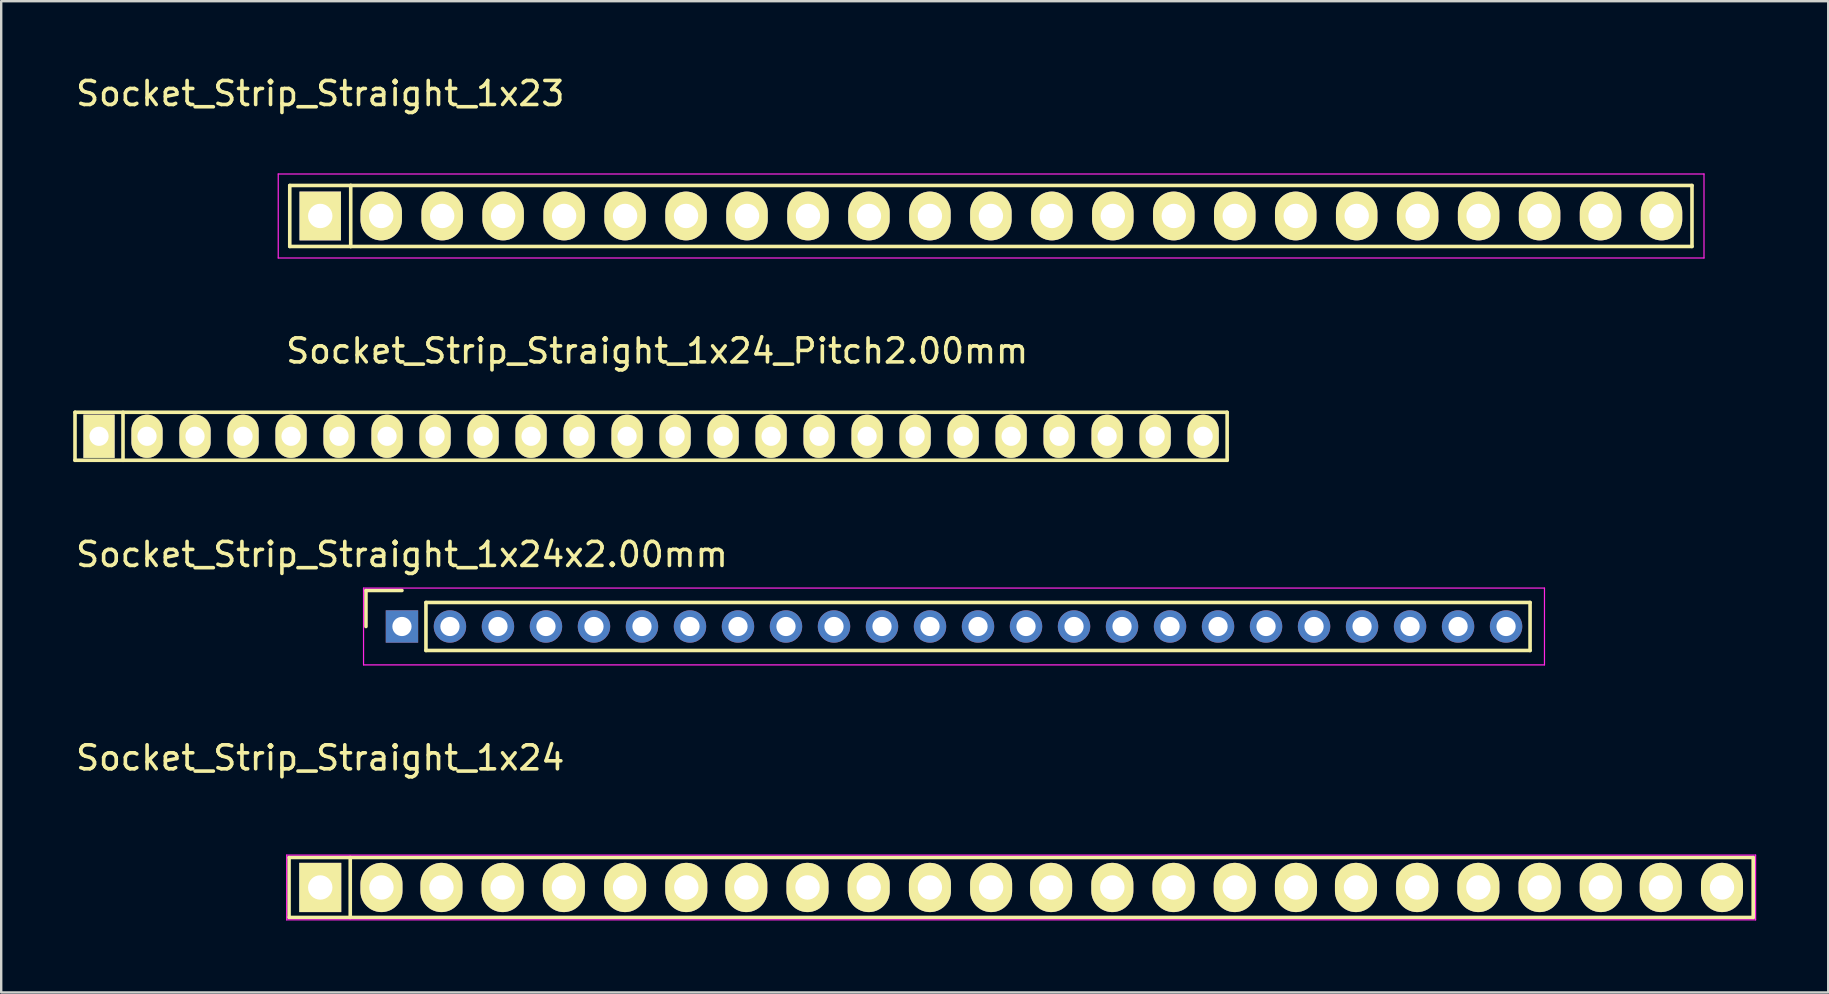
<source format=kicad_pcb>
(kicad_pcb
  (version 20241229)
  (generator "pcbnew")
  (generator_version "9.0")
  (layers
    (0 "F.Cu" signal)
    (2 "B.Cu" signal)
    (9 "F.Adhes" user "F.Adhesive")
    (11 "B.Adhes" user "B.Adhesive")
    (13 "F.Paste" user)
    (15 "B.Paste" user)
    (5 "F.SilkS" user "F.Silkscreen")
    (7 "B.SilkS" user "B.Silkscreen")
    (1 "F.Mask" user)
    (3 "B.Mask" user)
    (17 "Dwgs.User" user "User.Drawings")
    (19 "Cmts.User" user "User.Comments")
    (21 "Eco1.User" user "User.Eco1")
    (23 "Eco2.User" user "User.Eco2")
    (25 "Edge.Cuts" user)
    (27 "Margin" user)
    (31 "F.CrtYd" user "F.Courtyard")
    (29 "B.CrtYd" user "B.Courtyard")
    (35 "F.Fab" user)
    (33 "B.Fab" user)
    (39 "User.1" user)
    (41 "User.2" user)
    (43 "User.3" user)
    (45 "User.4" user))
  (footprint "Socket_Strip_Straight_1x24_Pitch2.00mm"
    (layer "F.Cu")
    (at 24.075 15.127)
    (property "Reference" "Socket_Strip_Straight_1x24_Pitch2.00mm" (at 0.254 -3.556 0) (layer "F.SilkS") (effects (font (size 1 1) (thickness 0.15))))
    (attr through_hole)
    (fp_line (start -24 -1) (end 24 -1) (stroke (width 0.15) (type solid)) (layer "F.SilkS"))
    (fp_line (start -24 1) (end -24 -1) (stroke (width 0.15) (type solid)) (layer "F.SilkS"))
    (fp_line (start -22 -1) (end -22 1) (stroke (width 0.15) (type solid)) (layer "F.SilkS"))
    (fp_line (start 24 -1) (end 24 1) (stroke (width 0.15) (type solid)) (layer "F.SilkS"))
    (fp_line (start 24 1) (end -24 1) (stroke (width 0.15) (type solid)) (layer "F.SilkS"))
    (pad "1" thru_hole rect (at -23 0) (size 1.3 1.8) (drill 0.8) (layers "*.Cu" "*.Mask" "F.SilkS"))
    (pad "2" thru_hole oval (at -21 0) (size 1.3 1.8) (drill 0.8) (layers "*.Cu" "*.Mask" "F.SilkS"))
    (pad "3" thru_hole oval (at -19 0) (size 1.3 1.8) (drill 0.8) (layers "*.Cu" "*.Mask" "F.SilkS"))
    (pad "4" thru_hole oval (at -17 0) (size 1.3 1.8) (drill 0.8) (layers "*.Cu" "*.Mask" "F.SilkS"))
    (pad "5" thru_hole oval (at -15 0) (size 1.3 1.8) (drill 0.8) (layers "*.Cu" "*.Mask" "F.SilkS"))
    (pad "6" thru_hole oval (at -13 0) (size 1.3 1.8) (drill 0.8) (layers "*.Cu" "*.Mask" "F.SilkS"))
    (pad "7" thru_hole oval (at -11 0) (size 1.3 1.8) (drill 0.8) (layers "*.Cu" "*.Mask" "F.SilkS"))
    (pad "8" thru_hole oval (at -9 0) (size 1.3 1.8) (drill 0.8) (layers "*.Cu" "*.Mask" "F.SilkS"))
    (pad "9" thru_hole oval (at -7 0) (size 1.3 1.8) (drill 0.8) (layers "*.Cu" "*.Mask" "F.SilkS"))
    (pad "10" thru_hole oval (at -5 0) (size 1.3 1.8) (drill 0.8) (layers "*.Cu" "*.Mask" "F.SilkS"))
    (pad "11" thru_hole oval (at -3 0) (size 1.3 1.8) (drill 0.8) (layers "*.Cu" "*.Mask" "F.SilkS"))
    (pad "12" thru_hole oval (at -1 0) (size 1.3 1.8) (drill 0.8) (layers "*.Cu" "*.Mask" "F.SilkS"))
    (pad "13" thru_hole oval (at 1 0) (size 1.3 1.8) (drill 0.8) (layers "*.Cu" "*.Mask" "F.SilkS"))
    (pad "14" thru_hole oval (at 3 0) (size 1.3 1.8) (drill 0.8) (layers "*.Cu" "*.Mask" "F.SilkS"))
    (pad "15" thru_hole oval (at 5 0) (size 1.3 1.8) (drill 0.8) (layers "*.Cu" "*.Mask" "F.SilkS"))
    (pad "16" thru_hole oval (at 7 0) (size 1.3 1.8) (drill 0.8) (layers "*.Cu" "*.Mask" "F.SilkS"))
    (pad "17" thru_hole oval (at 9 0) (size 1.3 1.8) (drill 0.8) (layers "*.Cu" "*.Mask" "F.SilkS"))
    (pad "18" thru_hole oval (at 11 0) (size 1.3 1.8) (drill 0.8) (layers "*.Cu" "*.Mask" "F.SilkS"))
    (pad "19" thru_hole oval (at 13 0) (size 1.3 1.8) (drill 0.8) (layers "*.Cu" "*.Mask" "F.SilkS"))
    (pad "20" thru_hole oval (at 15 0) (size 1.3 1.8) (drill 0.8) (layers "*.Cu" "*.Mask" "F.SilkS"))
    (pad "21" thru_hole oval (at 17 0) (size 1.3 1.8) (drill 0.8) (layers "*.Cu" "*.Mask" "F.SilkS"))
    (pad "22" thru_hole oval (at 19 0) (size 1.3 1.8) (drill 0.8) (layers "*.Cu" "*.Mask" "F.SilkS"))
    (pad "23" thru_hole oval (at 21 0) (size 1.3 1.8) (drill 0.8) (layers "*.Cu" "*.Mask" "F.SilkS"))
    (pad "24" thru_hole oval (at 23 0) (size 1.3 1.8) (drill 0.8) (layers "*.Cu" "*.Mask" "F.SilkS")))
  (footprint "Socket_Strip_Straight_1x24"
    (layer "F.Cu")
    (at 10.292 33.924)
    (property "Reference" "Socket_Strip_Straight_1x24" (at 0 -5.4 0) (layer "F.SilkS") (effects (font (size 1 1) (thickness 0.15))))
    (attr through_hole)
    (fp_line (start -1.3 -1.25) (end 1.25 -1.25) (stroke (width 0.15) (type solid)) (layer "F.SilkS"))
    (fp_line (start -1.3 1.25) (end -1.3 -1.25) (stroke (width 0.15) (type solid)) (layer "F.SilkS"))
    (fp_line (start -1.3 1.25) (end 1.25 1.25) (stroke (width 0.15) (type solid)) (layer "F.SilkS"))
    (fp_line (start 1.25 -1.25) (end 59.7 -1.25) (stroke (width 0.15) (type solid)) (layer "F.SilkS"))
    (fp_line (start 1.25 1.25) (end 1.25 -1.25) (stroke (width 0.15) (type solid)) (layer "F.SilkS"))
    (fp_line (start 1.25 1.25) (end 59.7 1.25) (stroke (width 0.15) (type solid)) (layer "F.SilkS"))
    (fp_line (start 59.7 -1.25) (end 59.7 1.25) (stroke (width 0.15) (type solid)) (layer "F.SilkS"))
    (fp_line (start -1.4 -1.35) (end -1.4 1.35) (stroke (width 0.05) (type solid)) (layer "F.CrtYd"))
    (fp_line (start -1.4 -1.35) (end 59.8 -1.35) (stroke (width 0.05) (type solid)) (layer "F.CrtYd"))
    (fp_line (start -1.4 1.35) (end 59.8 1.35) (stroke (width 0.05) (type solid)) (layer "F.CrtYd"))
    (fp_line (start 59.8 -1.35) (end 59.8 1.35) (stroke (width 0.05) (type solid)) (layer "F.CrtYd"))
    (pad "1" thru_hole rect (at 0 0) (size 1.75 2.05) (drill 1.016) (layers "*.Cu" "*.Mask" "F.SilkS"))
    (pad "2" thru_hole oval (at 2.55 0) (size 1.75 2.05) (drill 1.016) (layers "*.Cu" "*.Mask" "F.SilkS"))
    (pad "3" thru_hole oval (at 5.05 0) (size 1.75 2.05) (drill 1.016) (layers "*.Cu" "*.Mask" "F.SilkS"))
    (pad "4" thru_hole oval (at 7.6 0) (size 1.75 2.05) (drill 1.016) (layers "*.Cu" "*.Mask" "F.SilkS"))
    (pad "5" thru_hole oval (at 10.15 0) (size 1.75 2.05) (drill 1.016) (layers "*.Cu" "*.Mask" "F.SilkS"))
    (pad "6" thru_hole oval (at 12.7 0) (size 1.75 2.05) (drill 1.016) (layers "*.Cu" "*.Mask" "F.SilkS"))
    (pad "7" thru_hole oval (at 15.25 0) (size 1.75 2.05) (drill 1.016) (layers "*.Cu" "*.Mask" "F.SilkS"))
    (pad "8" thru_hole oval (at 17.75 0) (size 1.75 2.05) (drill 1.016) (layers "*.Cu" "*.Mask" "F.SilkS"))
    (pad "9" thru_hole oval (at 20.3 0) (size 1.75 2.05) (drill 1.016) (layers "*.Cu" "*.Mask" "F.SilkS"))
    (pad "10" thru_hole oval (at 22.85 0) (size 1.75 2.05) (drill 1.016) (layers "*.Cu" "*.Mask" "F.SilkS"))
    (pad "11" thru_hole oval (at 25.4 0) (size 1.75 2.05) (drill 1.016) (layers "*.Cu" "*.Mask" "F.SilkS"))
    (pad "12" thru_hole oval (at 27.95 0) (size 1.75 2.05) (drill 1.016) (layers "*.Cu" "*.Mask" "F.SilkS"))
    (pad "13" thru_hole oval (at 30.45 0) (size 1.75 2.05) (drill 1.016) (layers "*.Cu" "*.Mask" "F.SilkS"))
    (pad "14" thru_hole oval (at 33 0) (size 1.75 2.05) (drill 1.016) (layers "*.Cu" "*.Mask" "F.SilkS"))
    (pad "15" thru_hole oval (at 35.55 0) (size 1.75 2.05) (drill 1.016) (layers "*.Cu" "*.Mask" "F.SilkS"))
    (pad "16" thru_hole oval (at 38.1 0) (size 1.75 2.05) (drill 1.016) (layers "*.Cu" "*.Mask" "F.SilkS"))
    (pad "17" thru_hole oval (at 40.65 0) (size 1.75 2.05) (drill 1.016) (layers "*.Cu" "*.Mask" "F.SilkS"))
    (pad "18" thru_hole oval (at 43.15 0) (size 1.75 2.05) (drill 1.016) (layers "*.Cu" "*.Mask" "F.SilkS"))
    (pad "19" thru_hole oval (at 45.7 0) (size 1.75 2.05) (drill 1.016) (layers "*.Cu" "*.Mask" "F.SilkS"))
    (pad "20" thru_hole oval (at 48.25 0) (size 1.75 2.05) (drill 1.016) (layers "*.Cu" "*.Mask" "F.SilkS"))
    (pad "21" thru_hole oval (at 50.8 0) (size 1.75 2.05) (drill 1.016) (layers "*.Cu" "*.Mask" "F.SilkS"))
    (pad "22" thru_hole oval (at 53.35 0) (size 1.75 2.05) (drill 1.016) (layers "*.Cu" "*.Mask" "F.SilkS"))
    (pad "23" thru_hole oval (at 55.85 0) (size 1.75 2.05) (drill 1.016) (layers "*.Cu" "*.Mask" "F.SilkS"))
    (pad "24" thru_hole oval (at 58.4 0) (size 1.75 2.05) (drill 1.016) (layers "*.Cu" "*.Mask" "F.SilkS")))
  (footprint "Socket_Strip_Straight_1x23"
    (layer "F.Cu")
    (at 10.292 5.948)
    (property "Reference" "Socket_Strip_Straight_1x23" (at 0 -5.1 0) (layer "F.SilkS") (effects (font (size 1 1) (thickness 0.15))))
    (attr through_hole)
    (fp_line (start -1.27 -1.27) (end 1.27 -1.27) (stroke (width 0.15) (type solid)) (layer "F.SilkS"))
    (fp_line (start -1.27 1.27) (end -1.27 -1.27) (stroke (width 0.15) (type solid)) (layer "F.SilkS"))
    (fp_line (start -1.27 1.27) (end 1.27 1.27) (stroke (width 0.15) (type solid)) (layer "F.SilkS"))
    (fp_line (start 1.27 -1.27) (end 57.15 -1.27) (stroke (width 0.15) (type solid)) (layer "F.SilkS"))
    (fp_line (start 1.27 1.27) (end 1.27 -1.27) (stroke (width 0.15) (type solid)) (layer "F.SilkS"))
    (fp_line (start 57.15 -1.27) (end 57.15 1.27) (stroke (width 0.15) (type solid)) (layer "F.SilkS"))
    (fp_line (start 57.15 1.27) (end 1.27 1.27) (stroke (width 0.15) (type solid)) (layer "F.SilkS"))
    (fp_line (start -1.75 -1.75) (end -1.75 1.75) (stroke (width 0.05) (type solid)) (layer "F.CrtYd"))
    (fp_line (start -1.75 -1.75) (end 57.65 -1.75) (stroke (width 0.05) (type solid)) (layer "F.CrtYd"))
    (fp_line (start -1.75 1.75) (end 57.65 1.75) (stroke (width 0.05) (type solid)) (layer "F.CrtYd"))
    (fp_line (start 57.65 -1.75) (end 57.65 1.75) (stroke (width 0.05) (type solid)) (layer "F.CrtYd"))
    (pad "1" thru_hole rect (at 0 0) (size 1.727 2.032) (drill 1.016) (layers "*.Cu" "*.Mask" "F.SilkS"))
    (pad "2" thru_hole oval (at 2.54 0) (size 1.727 2.032) (drill 1.016) (layers "*.Cu" "*.Mask" "F.SilkS"))
    (pad "3" thru_hole oval (at 5.08 0) (size 1.727 2.032) (drill 1.016) (layers "*.Cu" "*.Mask" "F.SilkS"))
    (pad "4" thru_hole oval (at 7.62 0) (size 1.727 2.032) (drill 1.016) (layers "*.Cu" "*.Mask" "F.SilkS"))
    (pad "5" thru_hole oval (at 10.16 0) (size 1.727 2.032) (drill 1.016) (layers "*.Cu" "*.Mask" "F.SilkS"))
    (pad "6" thru_hole oval (at 12.7 0) (size 1.727 2.032) (drill 1.016) (layers "*.Cu" "*.Mask" "F.SilkS"))
    (pad "7" thru_hole oval (at 15.24 0) (size 1.727 2.032) (drill 1.016) (layers "*.Cu" "*.Mask" "F.SilkS"))
    (pad "8" thru_hole oval (at 17.78 0) (size 1.727 2.032) (drill 1.016) (layers "*.Cu" "*.Mask" "F.SilkS"))
    (pad "9" thru_hole oval (at 20.32 0) (size 1.727 2.032) (drill 1.016) (layers "*.Cu" "*.Mask" "F.SilkS"))
    (pad "10" thru_hole oval (at 22.86 0) (size 1.727 2.032) (drill 1.016) (layers "*.Cu" "*.Mask" "F.SilkS"))
    (pad "11" thru_hole oval (at 25.4 0) (size 1.727 2.032) (drill 1.016) (layers "*.Cu" "*.Mask" "F.SilkS"))
    (pad "12" thru_hole oval (at 27.94 0) (size 1.727 2.032) (drill 1.016) (layers "*.Cu" "*.Mask" "F.SilkS"))
    (pad "13" thru_hole oval (at 30.48 0) (size 1.727 2.032) (drill 1.016) (layers "*.Cu" "*.Mask" "F.SilkS"))
    (pad "14" thru_hole oval (at 33.02 0) (size 1.727 2.032) (drill 1.016) (layers "*.Cu" "*.Mask" "F.SilkS"))
    (pad "15" thru_hole oval (at 35.56 0) (size 1.727 2.032) (drill 1.016) (layers "*.Cu" "*.Mask" "F.SilkS"))
    (pad "16" thru_hole oval (at 38.1 0) (size 1.727 2.032) (drill 1.016) (layers "*.Cu" "*.Mask" "F.SilkS"))
    (pad "17" thru_hole oval (at 40.64 0) (size 1.727 2.032) (drill 1.016) (layers "*.Cu" "*.Mask" "F.SilkS"))
    (pad "18" thru_hole oval (at 43.18 0) (size 1.727 2.032) (drill 1.016) (layers "*.Cu" "*.Mask" "F.SilkS"))
    (pad "19" thru_hole oval (at 45.72 0) (size 1.727 2.032) (drill 1.016) (layers "*.Cu" "*.Mask" "F.SilkS"))
    (pad "20" thru_hole oval (at 48.26 0) (size 1.727 2.032) (drill 1.016) (layers "*.Cu" "*.Mask" "F.SilkS"))
    (pad "21" thru_hole oval (at 50.8 0) (size 1.727 2.032) (drill 1.016) (layers "*.Cu" "*.Mask" "F.SilkS"))
    (pad "22" thru_hole oval (at 53.34 0) (size 1.727 2.032) (drill 1.016) (layers "*.Cu" "*.Mask" "F.SilkS"))
    (pad "23" thru_hole oval (at 55.88 0) (size 1.727 2.032) (drill 1.016) (layers "*.Cu" "*.Mask" "F.SilkS")))
  (footprint "Socket_Strip_Straight_1x24x2.00mm"
    (layer "F.Cu")
    (at 13.696 23.051)
    (property "Reference" "Socket_Strip_Straight_1x24x2.00mm" (at 0 -3 0) (layer "F.SilkS") (effects (font (size 1 1) (thickness 0.15))))
    (attr through_hole)
    (fp_line (start -1.5 -1.5) (end -1.5 0) (stroke (width 0.15) (type solid)) (layer "F.SilkS"))
    (fp_line (start 0 -1.5) (end -1.5 -1.5) (stroke (width 0.15) (type solid)) (layer "F.SilkS"))
    (fp_line (start 1 -1) (end 1 1) (stroke (width 0.15) (type solid)) (layer "F.SilkS"))
    (fp_line (start 1 1) (end 47 1) (stroke (width 0.15) (type solid)) (layer "F.SilkS"))
    (fp_line (start 47 -1) (end 1 -1) (stroke (width 0.15) (type solid)) (layer "F.SilkS"))
    (fp_line (start 47 1) (end 47 -1) (stroke (width 0.15) (type solid)) (layer "F.SilkS"))
    (fp_line (start -1.6 -1.6) (end -1.6 1.6) (stroke (width 0.05) (type solid)) (layer "F.CrtYd"))
    (fp_line (start -1.6 1.6) (end 47.6 1.6) (stroke (width 0.05) (type solid)) (layer "F.CrtYd"))
    (fp_line (start 47.6 -1.6) (end -1.6 -1.6) (stroke (width 0.05) (type solid)) (layer "F.CrtYd"))
    (fp_line (start 47.6 1.6) (end 47.6 -1.6) (stroke (width 0.05) (type solid)) (layer "F.CrtYd"))
    (pad "1" thru_hole rect (at 0 0) (size 1.35 1.35) (drill 0.8) (layers "*.Cu" "*.Mask"))
    (pad "2" thru_hole circle (at 2 0) (size 1.35 1.35) (drill 0.8) (layers "*.Cu" "*.Mask"))
    (pad "3" thru_hole circle (at 4 0) (size 1.35 1.35) (drill 0.8) (layers "*.Cu" "*.Mask"))
    (pad "4" thru_hole circle (at 6 0) (size 1.35 1.35) (drill 0.8) (layers "*.Cu" "*.Mask"))
    (pad "5" thru_hole circle (at 8 0) (size 1.35 1.35) (drill 0.8) (layers "*.Cu" "*.Mask"))
    (pad "6" thru_hole circle (at 10 0) (size 1.35 1.35) (drill 0.8) (layers "*.Cu" "*.Mask"))
    (pad "7" thru_hole circle (at 12 0) (size 1.35 1.35) (drill 0.8) (layers "*.Cu" "*.Mask"))
    (pad "8" thru_hole circle (at 14 0) (size 1.35 1.35) (drill 0.8) (layers "*.Cu" "*.Mask"))
    (pad "9" thru_hole circle (at 16 0) (size 1.35 1.35) (drill 0.8) (layers "*.Cu" "*.Mask"))
    (pad "10" thru_hole circle (at 18 0) (size 1.35 1.35) (drill 0.8) (layers "*.Cu" "*.Mask"))
    (pad "11" thru_hole circle (at 20 0) (size 1.35 1.35) (drill 0.8) (layers "*.Cu" "*.Mask"))
    (pad "12" thru_hole circle (at 22 0) (size 1.35 1.35) (drill 0.8) (layers "*.Cu" "*.Mask"))
    (pad "13" thru_hole circle (at 24 0) (size 1.35 1.35) (drill 0.8) (layers "*.Cu" "*.Mask"))
    (pad "14" thru_hole circle (at 26 0) (size 1.35 1.35) (drill 0.8) (layers "*.Cu" "*.Mask"))
    (pad "15" thru_hole circle (at 28 0) (size 1.35 1.35) (drill 0.8) (layers "*.Cu" "*.Mask"))
    (pad "16" thru_hole circle (at 30 0) (size 1.35 1.35) (drill 0.8) (layers "*.Cu" "*.Mask"))
    (pad "17" thru_hole circle (at 32 0) (size 1.35 1.35) (drill 0.8) (layers "*.Cu" "*.Mask"))
    (pad "18" thru_hole circle (at 34 0) (size 1.35 1.35) (drill 0.8) (layers "*.Cu" "*.Mask"))
    (pad "19" thru_hole circle (at 36 0) (size 1.35 1.35) (drill 0.8) (layers "*.Cu" "*.Mask"))
    (pad "20" thru_hole circle (at 38 0) (size 1.35 1.35) (drill 0.8) (layers "*.Cu" "*.Mask"))
    (pad "21" thru_hole circle (at 40 0) (size 1.35 1.35) (drill 0.8) (layers "*.Cu" "*.Mask"))
    (pad "22" thru_hole circle (at 42 0) (size 1.35 1.35) (drill 0.8) (layers "*.Cu" "*.Mask"))
    (pad "23" thru_hole circle (at 44 0) (size 1.35 1.35) (drill 0.8) (layers "*.Cu" "*.Mask"))
    (pad "24" thru_hole circle (at 46 0) (size 1.35 1.35) (drill 0.8) (layers "*.Cu" "*.Mask")))
  (gr_rect
    (start -3 -3)
    (end 73.117 38.299)
    (stroke (width 0.1) (type default))
    (fill no)
    (layer "Edge.Cuts")))
</source>
